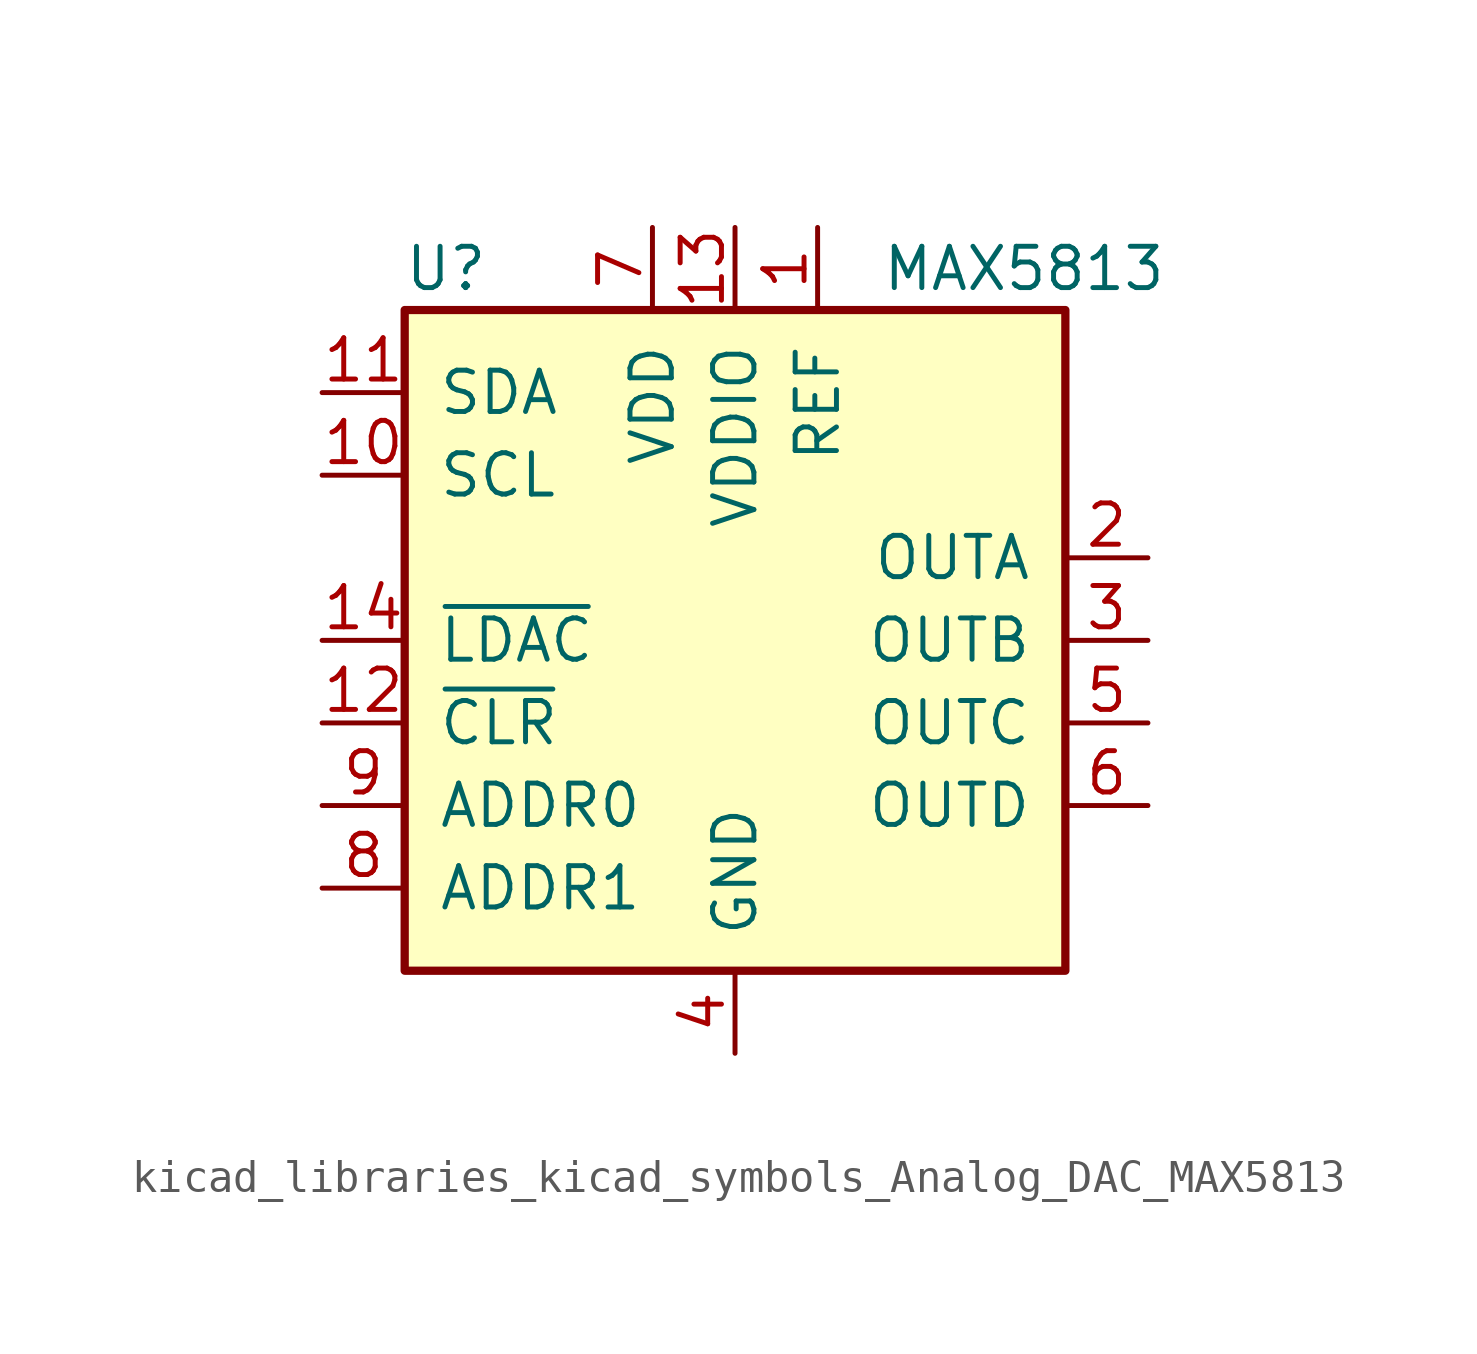
<source format=kicad_sym>
(kicad_symbol_lib
  (version 20220914)
  (generator kicad_symbol_editor)
  (symbol "kicad_libraries_kicad_symbols_Analog_DAC_MAX5813"
    (pin_names
      (offset 1.016))
    (property "Reference" "U"
      (at -8.89 11.43 0)
      (effects (font (size 1.27 1.27))))
    (property "Value" "MAX5813"
      (at 8.89 11.43 0)
      (effects (font (size 1.27 1.27))))
    (symbol "kicad_libraries_kicad_symbols_Analog_DAC_MAX5813_0_1"
      (rectangle (start -10.16 10.16) (end 10.16 -10.16) (stroke (width 0.254) (type default)) (fill (type background))))
    (symbol "kicad_libraries_kicad_symbols_Analog_DAC_MAX5813_1_1"
      (pin power_in line (at 2.54 12.7 270) (length 2.54) (name "REF" (effects (font (size 1.27 1.27)))) (number "1" (effects (font (size 1.27 1.27)))))
      (pin input line (at -12.7 5.08 0) (length 2.54) (name "SCL" (effects (font (size 1.27 1.27)))) (number "10" (effects (font (size 1.27 1.27)))))
      (pin bidirectional line (at -12.7 7.62 0) (length 2.54) (name "SDA" (effects (font (size 1.27 1.27)))) (number "11" (effects (font (size 1.27 1.27)))))
      (pin input line (at -12.7 -2.54 0) (length 2.54) (name "~{CLR}" (effects (font (size 1.27 1.27)))) (number "12" (effects (font (size 1.27 1.27)))))
      (pin power_in line (at 0 12.7 270) (length 2.54) (name "VDDIO" (effects (font (size 1.27 1.27)))) (number "13" (effects (font (size 1.27 1.27)))))
      (pin input line (at -12.7 0 0) (length 2.54) (name "~{LDAC}" (effects (font (size 1.27 1.27)))) (number "14" (effects (font (size 1.27 1.27)))))
      (pin output line (at 12.7 2.54 180) (length 2.54) (name "OUTA" (effects (font (size 1.27 1.27)))) (number "2" (effects (font (size 1.27 1.27)))))
      (pin output line (at 12.7 0 180) (length 2.54) (name "OUTB" (effects (font (size 1.27 1.27)))) (number "3" (effects (font (size 1.27 1.27)))))
      (pin power_in line (at 0 -12.7 90) (length 2.54) (name "GND" (effects (font (size 1.27 1.27)))) (number "4" (effects (font (size 1.27 1.27)))))
      (pin output line (at 12.7 -2.54 180) (length 2.54) (name "OUTC" (effects (font (size 1.27 1.27)))) (number "5" (effects (font (size 1.27 1.27)))))
      (pin output line (at 12.7 -5.08 180) (length 2.54) (name "OUTD" (effects (font (size 1.27 1.27)))) (number "6" (effects (font (size 1.27 1.27)))))
      (pin power_in line (at -2.54 12.7 270) (length 2.54) (name "VDD" (effects (font (size 1.27 1.27)))) (number "7" (effects (font (size 1.27 1.27)))))
      (pin input line (at -12.7 -7.62 0) (length 2.54) (name "ADDR1" (effects (font (size 1.27 1.27)))) (number "8" (effects (font (size 1.27 1.27)))))
      (pin input line (at -12.7 -5.08 0) (length 2.54) (name "ADDR0" (effects (font (size 1.27 1.27)))) (number "9" (effects (font (size 1.27 1.27))))))))
</source>
